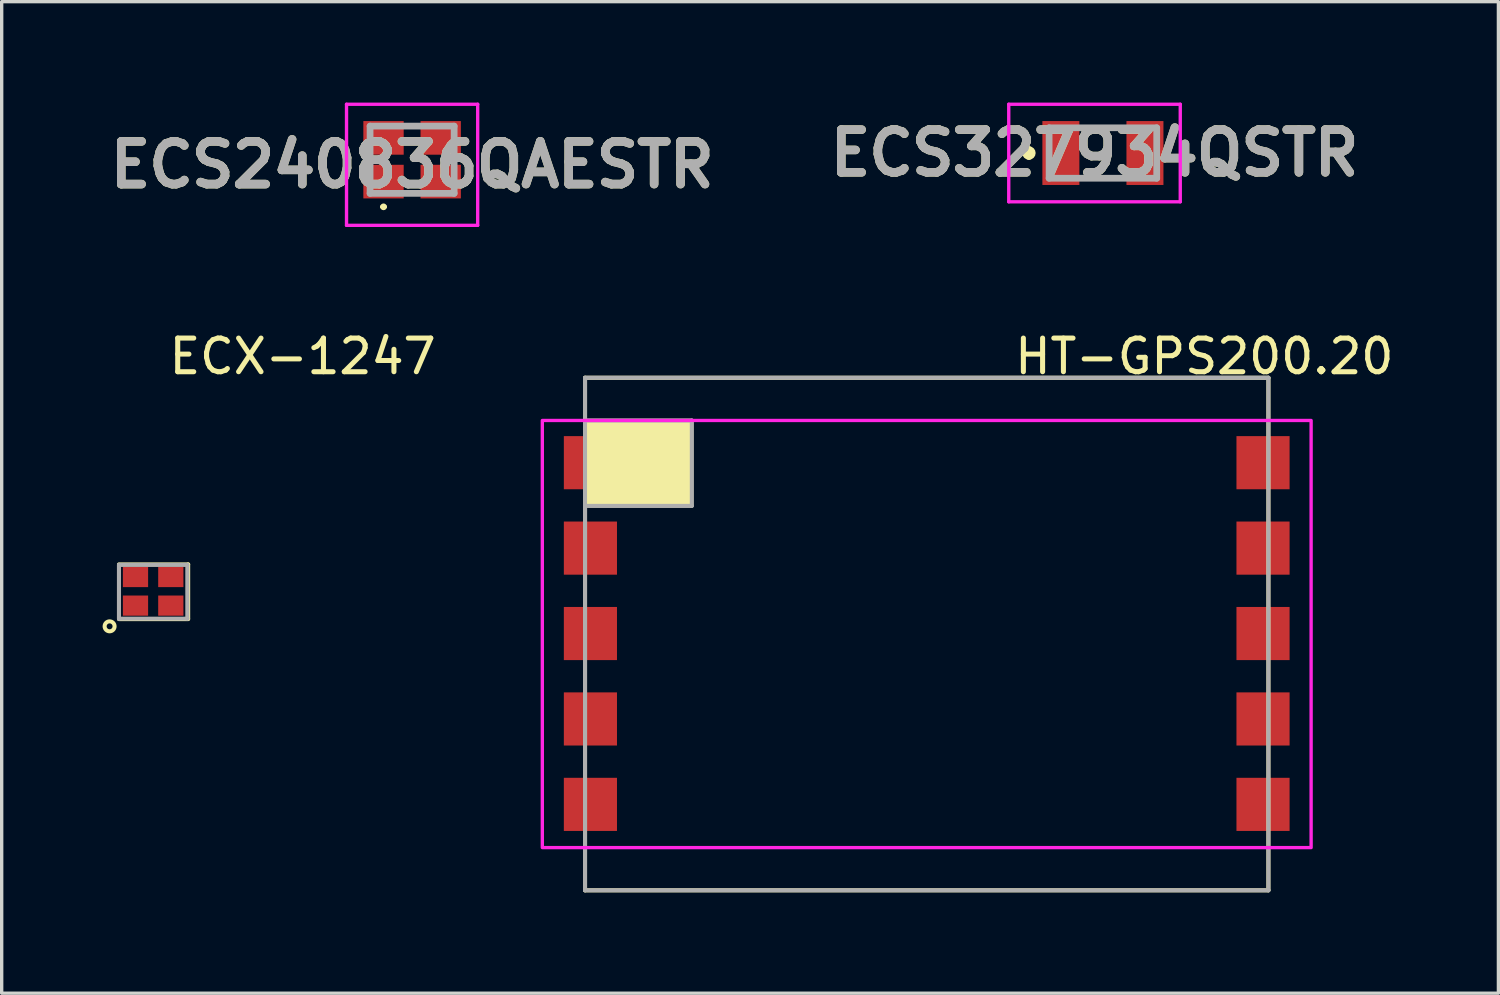
<source format=kicad_pcb>
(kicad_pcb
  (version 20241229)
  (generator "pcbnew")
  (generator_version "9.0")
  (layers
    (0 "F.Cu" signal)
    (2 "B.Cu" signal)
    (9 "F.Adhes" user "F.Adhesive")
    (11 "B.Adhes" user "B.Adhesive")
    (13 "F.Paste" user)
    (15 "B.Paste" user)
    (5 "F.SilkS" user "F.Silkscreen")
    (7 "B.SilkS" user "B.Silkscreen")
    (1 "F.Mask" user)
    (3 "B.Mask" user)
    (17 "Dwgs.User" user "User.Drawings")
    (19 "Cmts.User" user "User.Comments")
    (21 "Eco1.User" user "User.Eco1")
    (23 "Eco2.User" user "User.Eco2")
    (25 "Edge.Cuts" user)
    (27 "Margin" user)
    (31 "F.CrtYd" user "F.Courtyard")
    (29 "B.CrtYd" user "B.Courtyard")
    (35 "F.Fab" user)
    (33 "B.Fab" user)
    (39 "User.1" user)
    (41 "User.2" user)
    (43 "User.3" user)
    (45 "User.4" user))
  (footprint "ECX-1247"
    (layer "F.Cu")
    (at 1.504 14.533)
    (property "Reference" "ECX-1247" (at 4.445 -6.985 0) (layer "F.SilkS") (effects (font (size 1 1) (thickness 0.15))))
    (attr through_hole)
    (fp_line (start -1.016 -0.8) (end 1.041 -0.8) (stroke (width 0.12) (type solid)) (layer "F.SilkS"))
    (fp_line (start -1.016 -0.787) (end -1.016 0.813) (stroke (width 0.12) (type solid)) (layer "F.SilkS"))
    (fp_line (start -1.016 0.826) (end 1.041 0.826) (stroke (width 0.12) (type solid)) (layer "F.SilkS"))
    (fp_line (start 1.041 -0.8) (end 1.041 0.813) (stroke (width 0.12) (type solid)) (layer "F.SilkS"))
    (fp_circle (center -1.295 1.041) (end -1.147 1.041) (stroke (width 0.12) (type solid)) (fill no) (layer "F.SilkS"))
    (fp_line (start -1.016 -0.787) (end 1.016 -0.787) (stroke (width 0.12) (type solid)) (layer "F.Fab"))
    (fp_line (start -1.016 0.813) (end -1.016 -0.787) (stroke (width 0.12) (type solid)) (layer "F.Fab"))
    (fp_line (start 1.016 -0.787) (end 1.016 0.813) (stroke (width 0.12) (type solid)) (layer "F.Fab"))
    (fp_line (start 1.016 0.813) (end -1.016 0.813) (stroke (width 0.12) (type solid)) (layer "F.Fab"))
    (pad "1" smd rect (at -0.525 0.425) (size 0.75 0.6) (layers "F.Cu" "F.Mask" "F.Paste"))
    (pad "2" smd rect (at 0.525 0.425) (size 0.75 0.6) (layers "F.Cu" "F.Mask" "F.Paste"))
    (pad "3" smd rect (at 0.525 -0.425) (size 0.75 0.6) (layers "F.Cu" "F.Mask" "F.Paste"))
    (pad "4" smd rect (at -0.525 -0.425) (size 0.75 0.6) (layers "F.Cu" "F.Mask" "F.Paste")))
  (footprint "ECS240836QAESTR"
    (layer "F.Cu")
    (at 9.204 1.7)
    (property "Reference" "ECS240836QAESTR" (at 0 0.15 0) (layer "F.SilkS") (effects (font (size 1.27 1.27) (thickness 0.254))))
    (attr smd)
    (fp_line (start -0.9 1.4) (end -0.9 1.4) (stroke (width 0.1) (type solid)) (layer "F.SilkS"))
    (fp_line (start -0.8 1.4) (end -0.8 1.4) (stroke (width 0.1) (type solid)) (layer "F.SilkS"))
    (fp_line (start -0.1 -1) (end 0.1 -1) (stroke (width 0.1) (type solid)) (layer "F.SilkS"))
    (fp_line (start -0.1 1) (end 0.1 1) (stroke (width 0.1) (type solid)) (layer "F.SilkS"))
    (fp_arc (start -0.9 1.4) (mid -0.85 1.35) (end -0.8 1.4) (stroke (width 0.1) (type solid)) (layer "F.SilkS"))
    (fp_arc (start -0.8 1.4) (mid -0.85 1.45) (end -0.9 1.4) (stroke (width 0.1) (type solid)) (layer "F.SilkS"))
    (fp_line (start -1.95 -1.65) (end 1.95 -1.65) (stroke (width 0.1) (type solid)) (layer "F.CrtYd"))
    (fp_line (start -1.95 1.95) (end -1.95 -1.65) (stroke (width 0.1) (type solid)) (layer "F.CrtYd"))
    (fp_line (start 1.95 -1.65) (end 1.95 1.95) (stroke (width 0.1) (type solid)) (layer "F.CrtYd"))
    (fp_line (start 1.95 1.95) (end -1.95 1.95) (stroke (width 0.1) (type solid)) (layer "F.CrtYd"))
    (fp_line (start -1.25 -1) (end 1.25 -1) (stroke (width 0.2) (type solid)) (layer "F.Fab"))
    (fp_line (start -1.25 1) (end -1.25 -1) (stroke (width 0.2) (type solid)) (layer "F.Fab"))
    (fp_line (start 1.25 -1) (end 1.25 1) (stroke (width 0.2) (type solid)) (layer "F.Fab"))
    (fp_line (start 1.25 1) (end -1.25 1) (stroke (width 0.2) (type solid)) (layer "F.Fab"))
    (fp_text user "${REFERENCE}" (at 0 0.15 0) (layer "F.Fab") (effects (font (size 1.27 1.27) (thickness 0.254))))
    (pad "1" smd rect (at -0.85 0.65 90) (size 1 1.2) (layers "F.Cu" "F.Mask" "F.Paste"))
    (pad "2" smd rect (at 0.85 0.65 90) (size 1 1.2) (layers "F.Cu" "F.Mask" "F.Paste"))
    (pad "3" smd rect (at 0.85 -0.65 90) (size 1 1.2) (layers "F.Cu" "F.Mask" "F.Paste"))
    (pad "4" smd rect (at -0.85 -0.65 90) (size 1 1.2) (layers "F.Cu" "F.Mask" "F.Paste")))
  (footprint "ECS327934QSTR"
    (layer "F.Cu")
    (at 29.745 1.5)
    (property "Reference" "ECS327934QSTR" (at -0.25 0 0) (layer "F.SilkS") (effects (font (size 1.27 1.27) (thickness 0.254))))
    (attr smd)
    (fp_line (start -2.2 -0.1) (end -2.2 -0.1) (stroke (width 0.2) (type solid)) (layer "F.SilkS"))
    (fp_line (start -2.2 0.1) (end -2.2 0.1) (stroke (width 0.2) (type solid)) (layer "F.SilkS"))
    (fp_line (start -0.5 -0.75) (end 0.5 -0.75) (stroke (width 0.1) (type solid)) (layer "F.SilkS"))
    (fp_line (start -0.5 0.75) (end 0.5 0.75) (stroke (width 0.1) (type solid)) (layer "F.SilkS"))
    (fp_arc (start -2.2 -0.1) (mid -2.1 0) (end -2.2 0.1) (stroke (width 0.2) (type solid)) (layer "F.SilkS"))
    (fp_arc (start -2.2 0.1) (mid -2.3 0) (end -2.2 -0.1) (stroke (width 0.2) (type solid)) (layer "F.SilkS"))
    (fp_line (start -2.8 -1.45) (end 2.3 -1.45) (stroke (width 0.1) (type solid)) (layer "F.CrtYd"))
    (fp_line (start -2.8 1.45) (end -2.8 -1.45) (stroke (width 0.1) (type solid)) (layer "F.CrtYd"))
    (fp_line (start 2.3 -1.45) (end 2.3 1.45) (stroke (width 0.1) (type solid)) (layer "F.CrtYd"))
    (fp_line (start 2.3 1.45) (end -2.8 1.45) (stroke (width 0.1) (type solid)) (layer "F.CrtYd"))
    (fp_line (start -1.6 -0.75) (end 1.6 -0.75) (stroke (width 0.2) (type solid)) (layer "F.Fab"))
    (fp_line (start -1.6 0.75) (end -1.6 -0.75) (stroke (width 0.2) (type solid)) (layer "F.Fab"))
    (fp_line (start 1.6 -0.75) (end 1.6 0.75) (stroke (width 0.2) (type solid)) (layer "F.Fab"))
    (fp_line (start 1.6 0.75) (end -1.6 0.75) (stroke (width 0.2) (type solid)) (layer "F.Fab"))
    (fp_text user "${REFERENCE}" (at -0.25 0 0) (layer "F.Fab") (effects (font (size 1.27 1.27) (thickness 0.254))))
    (pad "1" smd rect (at -1.25 0) (size 1.1 1.9) (layers "F.Cu" "F.Mask" "F.Paste"))
    (pad "2" smd rect (at 1.25 0) (size 1.1 1.9) (layers "F.Cu" "F.Mask" "F.Paste")))
  (footprint "HT-GPS200.20"
    (layer "F.Cu")
    (at 24.506 17.708)
    (property "Reference" "HT-GPS200.20" (at 8.255 -10.16 0) (layer "F.SilkS") (effects (font (size 1 1) (thickness 0.15))))
    (attr through_hole)
    (fp_line (start -10.16 -9.525) (end 10.16 -9.525) (stroke (width 0.12) (type solid)) (layer "F.SilkS"))
    (fp_line (start -10.16 5.715) (end -10.16 -9.525) (stroke (width 0.12) (type solid)) (layer "F.SilkS"))
    (fp_line (start 10.16 -9.525) (end 10.16 5.715) (stroke (width 0.12) (type solid)) (layer "F.SilkS"))
    (fp_line (start 10.16 5.715) (end -10.16 5.715) (stroke (width 0.12) (type solid)) (layer "F.SilkS"))
    (fp_poly (pts (xy -6.985 -5.715) (xy -10.16 -5.715) (xy -10.16 -8.255) (xy -6.985 -8.255)) (stroke (width 0.1) (type solid)) (fill yes) (layer "F.SilkS"))
    (fp_poly (pts (xy 11.43 4.445) (xy -11.43 4.445) (xy -11.43 -8.255) (xy 11.43 -8.255)) (stroke (width 0.1) (type solid)) (fill no) (layer "F.CrtYd"))
    (fp_line (start -10.16 -9.525) (end 10.16 -9.525) (stroke (width 0.12) (type solid)) (layer "F.Fab"))
    (fp_line (start -10.16 -8.255) (end -6.985 -8.255) (stroke (width 0.12) (type solid)) (layer "F.Fab"))
    (fp_line (start -10.16 5.715) (end -10.16 -9.525) (stroke (width 0.12) (type solid)) (layer "F.Fab"))
    (fp_line (start -6.985 -8.255) (end -6.985 -5.715) (stroke (width 0.12) (type solid)) (layer "F.Fab"))
    (fp_line (start -6.985 -5.715) (end -10.16 -5.715) (stroke (width 0.12) (type solid)) (layer "F.Fab"))
    (fp_line (start 10.16 -9.525) (end 10.16 5.715) (stroke (width 0.12) (type solid)) (layer "F.Fab"))
    (fp_line (start 10.16 5.715) (end -10.16 5.715) (stroke (width 0.12) (type solid)) (layer "F.Fab"))
    (pad "1" smd rect (at -10 -7) (size 1.58 1.58) (layers "F.Cu" "F.Mask" "F.Paste"))
    (pad "2" smd rect (at -10 -4.46) (size 1.58 1.58) (layers "F.Cu" "F.Mask" "F.Paste"))
    (pad "3" smd rect (at -10 -1.92) (size 1.58 1.58) (layers "F.Cu" "F.Mask" "F.Paste"))
    (pad "4" smd rect (at -10 0.62) (size 1.58 1.58) (layers "F.Cu" "F.Mask" "F.Paste"))
    (pad "5" smd rect (at -10 3.16) (size 1.58 1.58) (layers "F.Cu" "F.Mask" "F.Paste"))
    (pad "6" smd rect (at 10 3.16) (size 1.58 1.58) (layers "F.Cu" "F.Mask" "F.Paste"))
    (pad "7" smd rect (at 10 0.62) (size 1.58 1.58) (layers "F.Cu" "F.Mask" "F.Paste"))
    (pad "8" smd rect (at 10 -1.92) (size 1.58 1.58) (layers "F.Cu" "F.Mask" "F.Paste"))
    (pad "9" smd rect (at 10 -4.46) (size 1.58 1.58) (layers "F.Cu" "F.Mask" "F.Paste"))
    (pad "10" smd rect (at 10 -7) (size 1.58 1.58) (layers "F.Cu" "F.Mask" "F.Paste")))
  (gr_rect
    (start -3 -3)
    (end 41.505 26.483)
    (stroke (width 0.1) (type default))
    (fill no)
    (layer "Edge.Cuts")))
</source>
